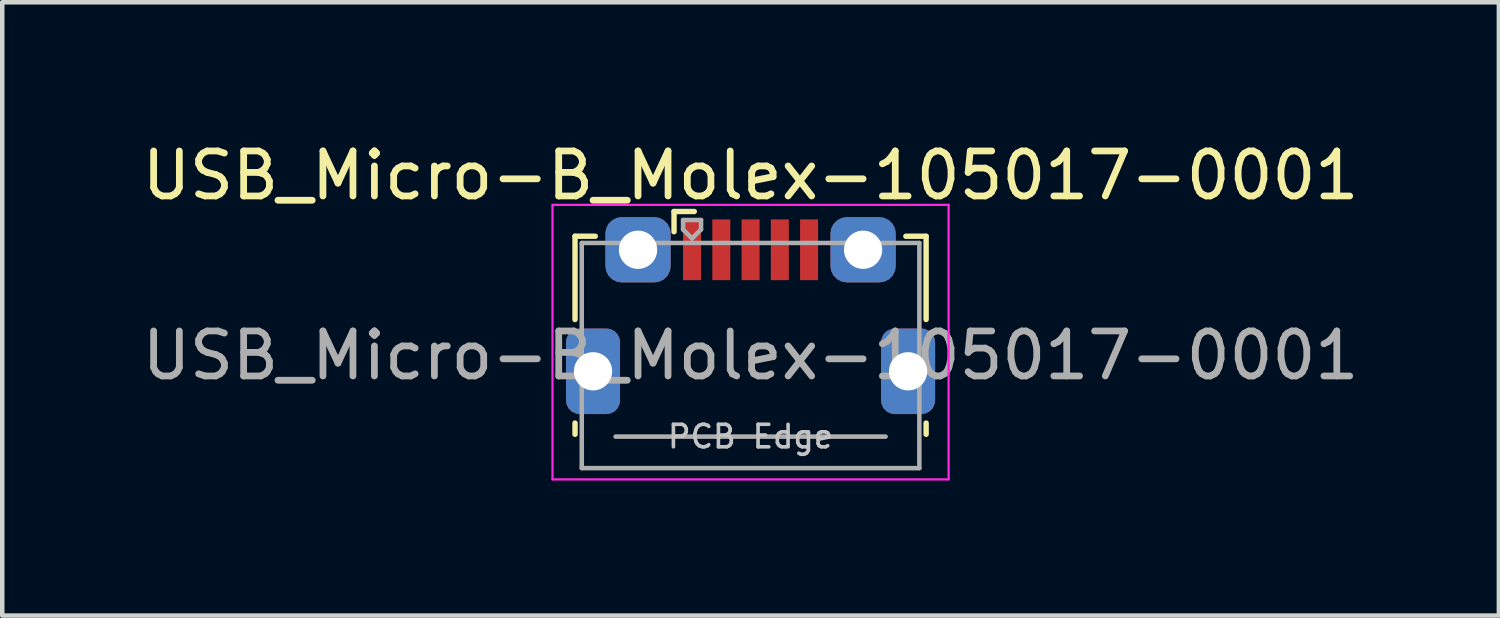
<source format=kicad_pcb>
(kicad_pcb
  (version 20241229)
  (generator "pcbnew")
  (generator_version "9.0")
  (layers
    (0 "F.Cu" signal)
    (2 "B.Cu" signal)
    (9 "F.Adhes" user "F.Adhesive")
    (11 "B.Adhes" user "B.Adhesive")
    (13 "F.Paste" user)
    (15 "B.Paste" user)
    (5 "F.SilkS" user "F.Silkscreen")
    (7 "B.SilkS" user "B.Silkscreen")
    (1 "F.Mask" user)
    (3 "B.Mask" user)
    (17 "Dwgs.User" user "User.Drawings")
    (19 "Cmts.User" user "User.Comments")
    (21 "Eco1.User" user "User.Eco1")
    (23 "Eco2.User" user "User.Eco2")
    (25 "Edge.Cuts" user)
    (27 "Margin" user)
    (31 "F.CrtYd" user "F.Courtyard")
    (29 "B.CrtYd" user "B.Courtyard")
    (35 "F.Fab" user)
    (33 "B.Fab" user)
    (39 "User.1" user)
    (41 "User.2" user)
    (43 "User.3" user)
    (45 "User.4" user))
  (footprint "USB_Micro-B_Molex-105017-0001"
    (layer "F.Cu")
    (at 13.625 3.961)
    (property "Reference" "USB_Micro-B_Molex-105017-0001" (at 0 -3.112 0) (layer "F.SilkS") (effects (font (size 1 1) (thickness 0.15))))
    (attr smd)
    (fp_line (start -3.9 -1.762) (end -3.45 -1.762) (stroke (width 0.12) (type solid)) (layer "F.SilkS"))
    (fp_line (start -3.9 0.087) (end -3.9 -1.762) (stroke (width 0.12) (type solid)) (layer "F.SilkS"))
    (fp_line (start -3.9 2.638) (end -3.9 2.388) (stroke (width 0.12) (type solid)) (layer "F.SilkS"))
    (fp_line (start -1.7 -2.312) (end -1.7 -1.863) (stroke (width 0.12) (type solid)) (layer "F.SilkS"))
    (fp_line (start -1.7 -2.312) (end -1.25 -2.312) (stroke (width 0.12) (type solid)) (layer "F.SilkS"))
    (fp_line (start 3.9 -1.762) (end 3.45 -1.762) (stroke (width 0.12) (type solid)) (layer "F.SilkS"))
    (fp_line (start 3.9 0.087) (end 3.9 -1.762) (stroke (width 0.12) (type solid)) (layer "F.SilkS"))
    (fp_line (start 3.9 2.638) (end 3.9 2.388) (stroke (width 0.12) (type solid)) (layer "F.SilkS"))
    (fp_line (start -4.4 -2.46) (end 4.4 -2.46) (stroke (width 0.05) (type solid)) (layer "F.CrtYd"))
    (fp_line (start -4.4 3.64) (end -4.4 -2.46) (stroke (width 0.05) (type solid)) (layer "F.CrtYd"))
    (fp_line (start -4.4 3.64) (end 4.4 3.64) (stroke (width 0.05) (type solid)) (layer "F.CrtYd"))
    (fp_line (start 4.4 -2.46) (end 4.4 3.64) (stroke (width 0.05) (type solid)) (layer "F.CrtYd"))
    (fp_line (start -3.75 -1.613) (end 3.75 -1.613) (stroke (width 0.1) (type solid)) (layer "F.Fab"))
    (fp_line (start -3.75 3.388) (end -3.75 -1.613) (stroke (width 0.1) (type solid)) (layer "F.Fab"))
    (fp_line (start -3.75 3.389) (end 3.75 3.389) (stroke (width 0.1) (type solid)) (layer "F.Fab"))
    (fp_line (start -3 2.689) (end 3 2.689) (stroke (width 0.1) (type solid)) (layer "F.Fab"))
    (fp_line (start -1.5 -2.123) (end -1.5 -1.913) (stroke (width 0.1) (type solid)) (layer "F.Fab"))
    (fp_line (start -1.5 -2.123) (end -1.1 -2.123) (stroke (width 0.1) (type solid)) (layer "F.Fab"))
    (fp_line (start -1.3 -1.712) (end -1.5 -1.913) (stroke (width 0.1) (type solid)) (layer "F.Fab"))
    (fp_line (start -1.1 -2.123) (end -1.1 -1.913) (stroke (width 0.1) (type solid)) (layer "F.Fab"))
    (fp_line (start -1.1 -1.913) (end -1.3 -1.712) (stroke (width 0.1) (type solid)) (layer "F.Fab"))
    (fp_line (start 3.75 3.388) (end 3.75 -1.613) (stroke (width 0.1) (type solid)) (layer "F.Fab"))
    (fp_text user "PCB Edge" (at 0 2.688 0) (layer "Dwgs.User") (effects (font (size 0.5 0.5) (thickness 0.08))))
    (fp_text user "${REFERENCE}" (at 0 0.887 0) (layer "F.Fab") (effects (font (size 1 1) (thickness 0.15))))
    (pad "" thru_hole roundrect (at -3.5 1.238 180) (size 1.2 1.9) (drill 0.85) (layers "*.Cu" "*.Mask") (roundrect_rratio 0.25))
    (pad "" thru_hole roundrect (at -2.5 -1.462) (size 1.45 1.45) (drill 0.85) (layers "*.Cu" "*.Mask") (roundrect_rratio 0.25))
    (pad "" thru_hole roundrect (at 2.5 -1.462) (size 1.45 1.45) (drill 0.85) (layers "*.Cu" "*.Mask") (roundrect_rratio 0.25))
    (pad "" thru_hole roundrect (at 3.5 1.238) (size 1.2 1.9) (drill 0.85) (layers "*.Cu" "*.Mask") (roundrect_rratio 0.25))
    (pad "1" smd rect (at -1.3 -1.462) (size 0.4 1.35) (layers "F.Cu" "F.Mask" "F.Paste"))
    (pad "2" smd rect (at -0.65 -1.462) (size 0.4 1.35) (layers "F.Cu" "F.Mask" "F.Paste"))
    (pad "3" smd rect (at 0 -1.462) (size 0.4 1.35) (layers "F.Cu" "F.Mask" "F.Paste"))
    (pad "4" smd rect (at 0.65 -1.462) (size 0.4 1.35) (layers "F.Cu" "F.Mask" "F.Paste"))
    (pad "5" smd rect (at 1.3 -1.462) (size 0.4 1.35) (layers "F.Cu" "F.Mask" "F.Paste")))
  (gr_rect
    (start -3 -3)
    (end 30.25 10.626)
    (stroke (width 0.1) (type default))
    (fill no)
    (layer "Edge.Cuts")))
</source>
